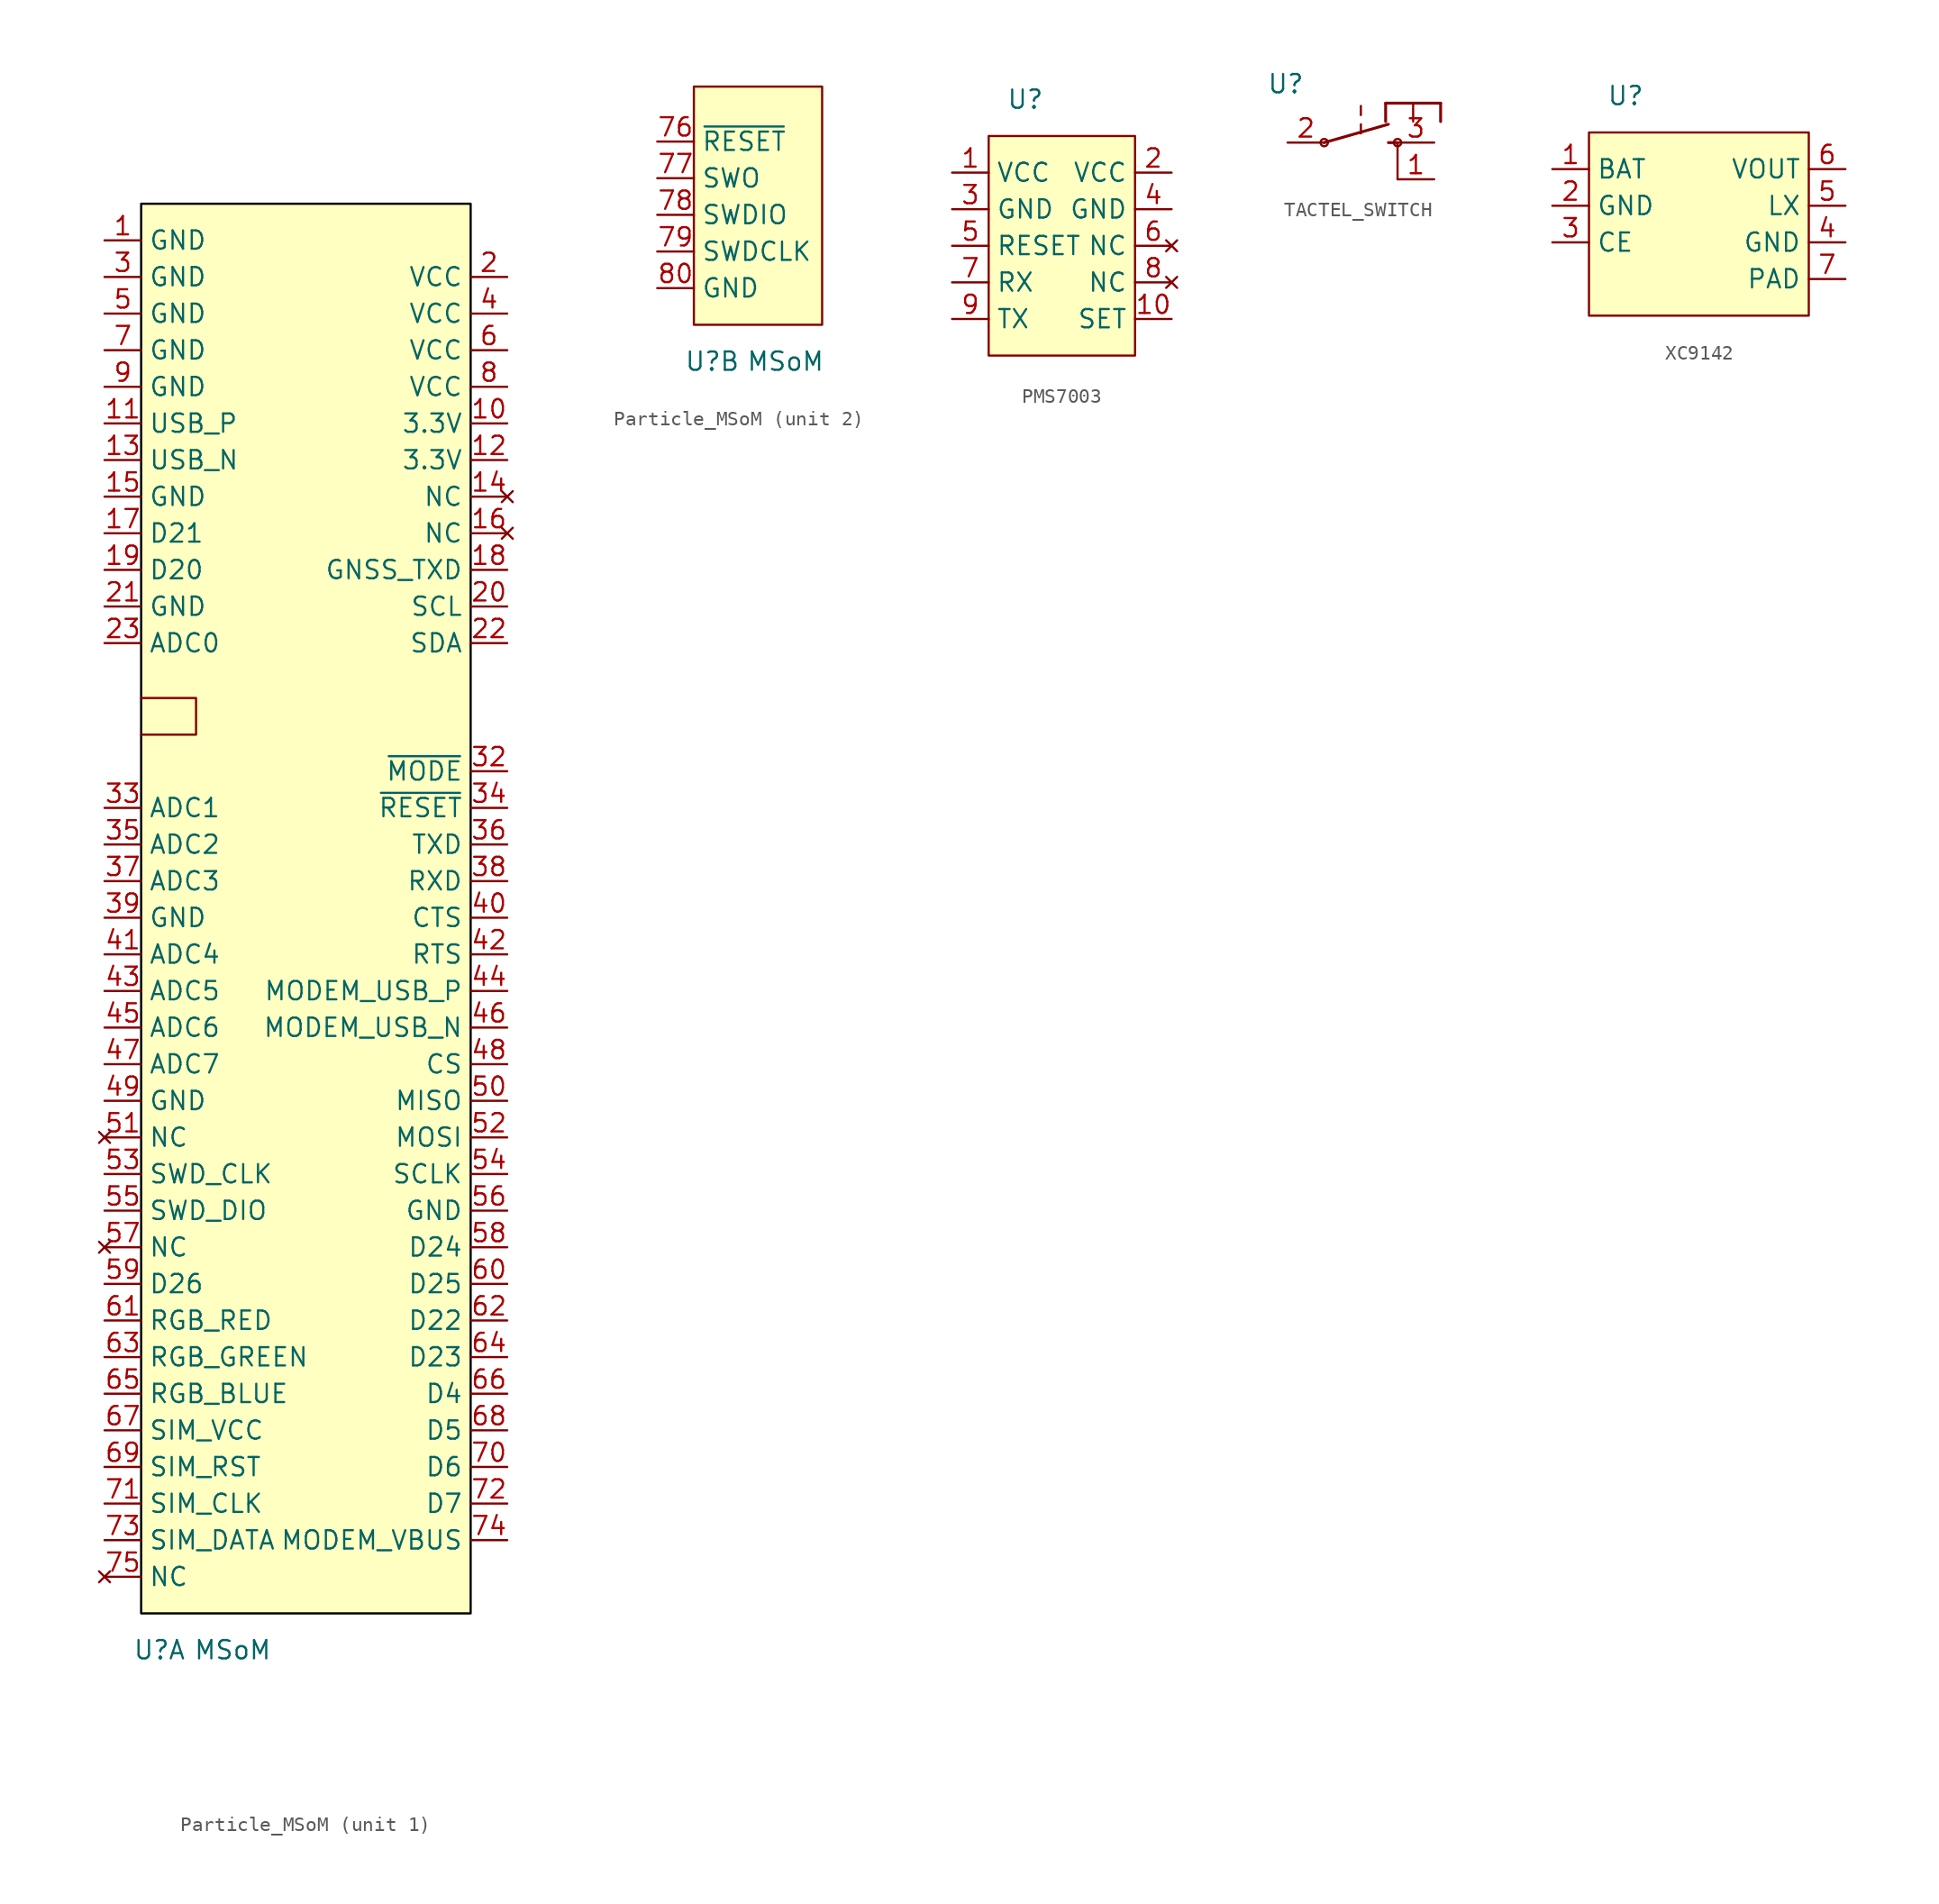
<source format=kicad_sym>
(kicad_symbol_lib
  (version 20220914)
  (generator kicad_symbol_editor)
  (symbol "Particle_MSoM"
    (property "Reference" "U"
      (at 1.27 -2.54 0)
      (effects (font (size 1.27 1.27))))
    (property "Value" "MSoM"
      (at 6.35 -2.54 0)
      (effects (font (size 1.27 1.27))))
    (property "ki_locked" ""
      (at 0 0 0)
      (effects (font (size 1.27 1.27))))
    (symbol "Particle_MSoM_1_1"
      (polyline (pts (xy 1.27 63.5) (xy 0 63.5) (xy 3.81 63.5) (xy 3.81 60.96) (xy 0 60.96)) (stroke (width 0) (type default)) (fill (type none)))
      (rectangle (start 0 97.79) (end 22.86 0) (stroke (width 0) (type default) (color 0 0 0 1)) (fill (type background)))
      (pin power_in line (at -2.54 95.25 0) (length 2.54) (name "GND" (effects (font (size 1.27 1.27)))) (number "1" (effects (font (size 1.27 1.27)))))
      (pin power_in line (at 25.4 82.55 180) (length 2.54) (name "3.3V" (effects (font (size 1.27 1.27)))) (number "10" (effects (font (size 1.27 1.27)))))
      (pin bidirectional line (at -2.54 82.55 0) (length 2.54) (name "USB_P" (effects (font (size 1.27 1.27)))) (number "11" (effects (font (size 1.27 1.27)))))
      (pin power_in line (at 25.4 80.01 180) (length 2.54) (name "3.3V" (effects (font (size 1.27 1.27)))) (number "12" (effects (font (size 1.27 1.27)))))
      (pin bidirectional line (at -2.54 80.01 0) (length 2.54) (name "USB_N" (effects (font (size 1.27 1.27)))) (number "13" (effects (font (size 1.27 1.27)))))
      (pin no_connect line (at 25.4 77.47 180) (length 2.54) (name "NC" (effects (font (size 1.27 1.27)))) (number "14" (effects (font (size 1.27 1.27)))))
      (pin power_in line (at -2.54 77.47 0) (length 2.54) (name "GND" (effects (font (size 1.27 1.27)))) (number "15" (effects (font (size 1.27 1.27)))))
      (pin no_connect line (at 25.4 74.93 180) (length 2.54) (name "NC" (effects (font (size 1.27 1.27)))) (number "16" (effects (font (size 1.27 1.27)))))
      (pin bidirectional line (at -2.54 74.93 0) (length 2.54) (name "D21" (effects (font (size 1.27 1.27)))) (number "17" (effects (font (size 1.27 1.27)))))
      (pin output line (at 25.4 72.39 180) (length 2.54) (name "GNSS_TXD" (effects (font (size 1.27 1.27)))) (number "18" (effects (font (size 1.27 1.27)))))
      (pin bidirectional line (at -2.54 72.39 0) (length 2.54) (name "D20" (effects (font (size 1.27 1.27)))) (number "19" (effects (font (size 1.27 1.27)))))
      (pin power_in line (at 25.4 92.71 180) (length 2.54) (name "VCC" (effects (font (size 1.27 1.27)))) (number "2" (effects (font (size 1.27 1.27)))))
      (pin bidirectional line (at 25.4 69.85 180) (length 2.54) (name "SCL" (effects (font (size 1.27 1.27)))) (number "20" (effects (font (size 1.27 1.27)))))
      (pin power_in line (at -2.54 69.85 0) (length 2.54) (name "GND" (effects (font (size 1.27 1.27)))) (number "21" (effects (font (size 1.27 1.27)))))
      (pin bidirectional line (at 25.4 67.31 180) (length 2.54) (name "SDA" (effects (font (size 1.27 1.27)))) (number "22" (effects (font (size 1.27 1.27)))))
      (pin bidirectional line (at -2.54 67.31 0) (length 2.54) (name "ADC0" (effects (font (size 1.27 1.27)))) (number "23" (effects (font (size 1.27 1.27)))))
      (pin power_in line (at -2.54 92.71 0) (length 2.54) (name "GND" (effects (font (size 1.27 1.27)))) (number "3" (effects (font (size 1.27 1.27)))))
      (pin input line (at 25.4 58.42 180) (length 2.54) (name "~{MODE}" (effects (font (size 1.27 1.27)))) (number "32" (effects (font (size 1.27 1.27)))))
      (pin bidirectional line (at -2.54 55.88 0) (length 2.54) (name "ADC1" (effects (font (size 1.27 1.27)))) (number "33" (effects (font (size 1.27 1.27)))))
      (pin input line (at 25.4 55.88 180) (length 2.54) (name "~{RESET}" (effects (font (size 1.27 1.27)))) (number "34" (effects (font (size 1.27 1.27)))))
      (pin bidirectional line (at -2.54 53.34 0) (length 2.54) (name "ADC2" (effects (font (size 1.27 1.27)))) (number "35" (effects (font (size 1.27 1.27)))))
      (pin bidirectional line (at 25.4 53.34 180) (length 2.54) (name "TXD" (effects (font (size 1.27 1.27)))) (number "36" (effects (font (size 1.27 1.27)))))
      (pin bidirectional line (at -2.54 50.8 0) (length 2.54) (name "ADC3" (effects (font (size 1.27 1.27)))) (number "37" (effects (font (size 1.27 1.27)))))
      (pin bidirectional line (at 25.4 50.8 180) (length 2.54) (name "RXD" (effects (font (size 1.27 1.27)))) (number "38" (effects (font (size 1.27 1.27)))))
      (pin power_in line (at -2.54 48.26 0) (length 2.54) (name "GND" (effects (font (size 1.27 1.27)))) (number "39" (effects (font (size 1.27 1.27)))))
      (pin power_in line (at 25.4 90.17 180) (length 2.54) (name "VCC" (effects (font (size 1.27 1.27)))) (number "4" (effects (font (size 1.27 1.27)))))
      (pin bidirectional line (at 25.4 48.26 180) (length 2.54) (name "CTS" (effects (font (size 1.27 1.27)))) (number "40" (effects (font (size 1.27 1.27)))))
      (pin bidirectional line (at -2.54 45.72 0) (length 2.54) (name "ADC4" (effects (font (size 1.27 1.27)))) (number "41" (effects (font (size 1.27 1.27)))))
      (pin bidirectional line (at 25.4 45.72 180) (length 2.54) (name "RTS" (effects (font (size 1.27 1.27)))) (number "42" (effects (font (size 1.27 1.27)))))
      (pin bidirectional line (at -2.54 43.18 0) (length 2.54) (name "ADC5" (effects (font (size 1.27 1.27)))) (number "43" (effects (font (size 1.27 1.27)))))
      (pin bidirectional line (at 25.4 43.18 180) (length 2.54) (name "MODEM_USB_P" (effects (font (size 1.27 1.27)))) (number "44" (effects (font (size 1.27 1.27)))))
      (pin bidirectional line (at -2.54 40.64 0) (length 2.54) (name "ADC6" (effects (font (size 1.27 1.27)))) (number "45" (effects (font (size 1.27 1.27)))))
      (pin bidirectional line (at 25.4 40.64 180) (length 2.54) (name "MODEM_USB_N" (effects (font (size 1.27 1.27)))) (number "46" (effects (font (size 1.27 1.27)))))
      (pin bidirectional line (at -2.54 38.1 0) (length 2.54) (name "ADC7" (effects (font (size 1.27 1.27)))) (number "47" (effects (font (size 1.27 1.27)))))
      (pin bidirectional line (at 25.4 38.1 180) (length 2.54) (name "CS" (effects (font (size 1.27 1.27)))) (number "48" (effects (font (size 1.27 1.27)))))
      (pin power_in line (at -2.54 35.56 0) (length 2.54) (name "GND" (effects (font (size 1.27 1.27)))) (number "49" (effects (font (size 1.27 1.27)))))
      (pin power_in line (at -2.54 90.17 0) (length 2.54) (name "GND" (effects (font (size 1.27 1.27)))) (number "5" (effects (font (size 1.27 1.27)))))
      (pin bidirectional line (at 25.4 35.56 180) (length 2.54) (name "MISO" (effects (font (size 1.27 1.27)))) (number "50" (effects (font (size 1.27 1.27)))))
      (pin no_connect line (at -2.54 33.02 0) (length 2.54) (name "NC" (effects (font (size 1.27 1.27)))) (number "51" (effects (font (size 1.27 1.27)))))
      (pin bidirectional line (at 25.4 33.02 180) (length 2.54) (name "MOSI" (effects (font (size 1.27 1.27)))) (number "52" (effects (font (size 1.27 1.27)))))
      (pin bidirectional line (at -2.54 30.48 0) (length 2.54) (name "SWD_CLK" (effects (font (size 1.27 1.27)))) (number "53" (effects (font (size 1.27 1.27)))))
      (pin bidirectional line (at 25.4 30.48 180) (length 2.54) (name "SCLK" (effects (font (size 1.27 1.27)))) (number "54" (effects (font (size 1.27 1.27)))))
      (pin bidirectional line (at -2.54 27.94 0) (length 2.54) (name "SWD_DIO" (effects (font (size 1.27 1.27)))) (number "55" (effects (font (size 1.27 1.27)))))
      (pin bidirectional line (at 25.4 27.94 180) (length 2.54) (name "GND" (effects (font (size 1.27 1.27)))) (number "56" (effects (font (size 1.27 1.27)))))
      (pin no_connect line (at -2.54 25.4 0) (length 2.54) (name "NC" (effects (font (size 1.27 1.27)))) (number "57" (effects (font (size 1.27 1.27)))))
      (pin bidirectional line (at 25.4 25.4 180) (length 2.54) (name "D24" (effects (font (size 1.27 1.27)))) (number "58" (effects (font (size 1.27 1.27)))))
      (pin bidirectional line (at -2.54 22.86 0) (length 2.54) (name "D26" (effects (font (size 1.27 1.27)))) (number "59" (effects (font (size 1.27 1.27)))))
      (pin power_in line (at 25.4 87.63 180) (length 2.54) (name "VCC" (effects (font (size 1.27 1.27)))) (number "6" (effects (font (size 1.27 1.27)))))
      (pin bidirectional line (at 25.4 22.86 180) (length 2.54) (name "D25" (effects (font (size 1.27 1.27)))) (number "60" (effects (font (size 1.27 1.27)))))
      (pin output line (at -2.54 20.32 0) (length 2.54) (name "RGB_RED" (effects (font (size 1.27 1.27)))) (number "61" (effects (font (size 1.27 1.27)))))
      (pin bidirectional line (at 25.4 20.32 180) (length 2.54) (name "D22" (effects (font (size 1.27 1.27)))) (number "62" (effects (font (size 1.27 1.27)))))
      (pin output line (at -2.54 17.78 0) (length 2.54) (name "RGB_GREEN" (effects (font (size 1.27 1.27)))) (number "63" (effects (font (size 1.27 1.27)))))
      (pin bidirectional line (at 25.4 17.78 180) (length 2.54) (name "D23" (effects (font (size 1.27 1.27)))) (number "64" (effects (font (size 1.27 1.27)))))
      (pin output line (at -2.54 15.24 0) (length 2.54) (name "RGB_BLUE" (effects (font (size 1.27 1.27)))) (number "65" (effects (font (size 1.27 1.27)))))
      (pin bidirectional line (at 25.4 15.24 180) (length 2.54) (name "D4" (effects (font (size 1.27 1.27)))) (number "66" (effects (font (size 1.27 1.27)))))
      (pin power_out line (at -2.54 12.7 0) (length 2.54) (name "SIM_VCC" (effects (font (size 1.27 1.27)))) (number "67" (effects (font (size 1.27 1.27)))))
      (pin bidirectional line (at 25.4 12.7 180) (length 2.54) (name "D5" (effects (font (size 1.27 1.27)))) (number "68" (effects (font (size 1.27 1.27)))))
      (pin output line (at -2.54 10.16 0) (length 2.54) (name "SIM_RST" (effects (font (size 1.27 1.27)))) (number "69" (effects (font (size 1.27 1.27)))))
      (pin power_in line (at -2.54 87.63 0) (length 2.54) (name "GND" (effects (font (size 1.27 1.27)))) (number "7" (effects (font (size 1.27 1.27)))))
      (pin bidirectional line (at 25.4 10.16 180) (length 2.54) (name "D6" (effects (font (size 1.27 1.27)))) (number "70" (effects (font (size 1.27 1.27)))))
      (pin output line (at -2.54 7.62 0) (length 2.54) (name "SIM_CLK" (effects (font (size 1.27 1.27)))) (number "71" (effects (font (size 1.27 1.27)))))
      (pin bidirectional line (at 25.4 7.62 180) (length 2.54) (name "D7" (effects (font (size 1.27 1.27)))) (number "72" (effects (font (size 1.27 1.27)))))
      (pin bidirectional line (at -2.54 5.08 0) (length 2.54) (name "SIM_DATA" (effects (font (size 1.27 1.27)))) (number "73" (effects (font (size 1.27 1.27)))))
      (pin power_in line (at 25.4 5.08 180) (length 2.54) (name "MODEM_VBUS" (effects (font (size 1.27 1.27)))) (number "74" (effects (font (size 1.27 1.27)))))
      (pin no_connect line (at -2.54 2.54 0) (length 2.54) (name "NC" (effects (font (size 1.27 1.27)))) (number "75" (effects (font (size 1.27 1.27)))))
      (pin power_in line (at 25.4 85.09 180) (length 2.54) (name "VCC" (effects (font (size 1.27 1.27)))) (number "8" (effects (font (size 1.27 1.27)))))
      (pin power_in line (at -2.54 85.09 0) (length 2.54) (name "GND" (effects (font (size 1.27 1.27)))) (number "9" (effects (font (size 1.27 1.27))))))
    (symbol "Particle_MSoM_2_1"
      (rectangle (start 0 16.51) (end 8.89 0) (stroke (width 0) (type default)) (fill (type background)))
      (pin input line (at -2.54 12.7 0) (length 2.54) (name "~{RESET}" (effects (font (size 1.27 1.27)))) (number "76" (effects (font (size 1.27 1.27)))))
      (pin output line (at -2.54 10.16 0) (length 2.54) (name "SWO" (effects (font (size 1.27 1.27)))) (number "77" (effects (font (size 1.27 1.27)))))
      (pin bidirectional line (at -2.54 7.62 0) (length 2.54) (name "SWDIO" (effects (font (size 1.27 1.27)))) (number "78" (effects (font (size 1.27 1.27)))))
      (pin input line (at -2.54 5.08 0) (length 2.54) (name "SWDCLK" (effects (font (size 1.27 1.27)))) (number "79" (effects (font (size 1.27 1.27)))))
      (pin input line (at -2.54 2.54 0) (length 2.54) (name "GND" (effects (font (size 1.27 1.27)))) (number "80" (effects (font (size 1.27 1.27)))))))
  (symbol "PMS7003"
    (property "Reference" "U"
      (at 0 17.78 0)
      (effects (font (size 1.27 1.27))))
    (property "Value" ""
      (at -2.794 2.54 0)
      (effects (font (size 1.27 1.27))))
    (symbol "PMS7003_1_1"
      (rectangle (start -2.54 15.24) (end 7.62 0) (stroke (width 0) (type default)) (fill (type background)))
      (pin power_in line (at -5.08 12.7 0) (length 2.54) (name "VCC" (effects (font (size 1.27 1.27)))) (number "1" (effects (font (size 1.27 1.27)))))
      (pin input line (at 10.16 2.54 180) (length 2.54) (name "SET" (effects (font (size 1.27 1.27)))) (number "10" (effects (font (size 1.27 1.27)))))
      (pin power_in line (at 10.16 12.7 180) (length 2.54) (name "VCC" (effects (font (size 1.27 1.27)))) (number "2" (effects (font (size 1.27 1.27)))))
      (pin power_in line (at -5.08 10.16 0) (length 2.54) (name "GND" (effects (font (size 1.27 1.27)))) (number "3" (effects (font (size 1.27 1.27)))))
      (pin power_in line (at 10.16 10.16 180) (length 2.54) (name "GND" (effects (font (size 1.27 1.27)))) (number "4" (effects (font (size 1.27 1.27)))))
      (pin passive line (at -5.08 7.62 0) (length 2.54) (name "RESET" (effects (font (size 1.27 1.27)))) (number "5" (effects (font (size 1.27 1.27)))))
      (pin no_connect line (at 10.16 7.62 180) (length 2.54) (name "NC" (effects (font (size 1.27 1.27)))) (number "6" (effects (font (size 1.27 1.27)))))
      (pin input line (at -5.08 5.08 0) (length 2.54) (name "RX" (effects (font (size 1.27 1.27)))) (number "7" (effects (font (size 1.27 1.27)))))
      (pin no_connect line (at 10.16 5.08 180) (length 2.54) (name "NC" (effects (font (size 1.27 1.27)))) (number "8" (effects (font (size 1.27 1.27)))))
      (pin output line (at -5.08 2.54 0) (length 2.54) (name "TX" (effects (font (size 1.27 1.27)))) (number "9" (effects (font (size 1.27 1.27)))))))
  (symbol "TACTEL_SWITCH"
    (property "Reference" "U"
      (at -0.127 4.064 0)
      (effects (font (size 1.27 1.27))))
    (property "Value" ""
      (at -0.127 4.064 0)
      (effects (font (size 1.27 1.27))))
    (symbol "TACTEL_SWITCH_1_0"
      (polyline (pts (xy 2.54 0) (xy 6.985 1.27)) (stroke (width 0.2) (type solid)) (fill (type none)))
      (polyline (pts (xy 5.08 0.635) (xy 5.08 1.27)) (stroke (width 0.15) (type solid)) (fill (type none)))
      (polyline (pts (xy 5.08 1.905) (xy 5.08 2.54)) (stroke (width 0.15) (type solid)) (fill (type none)))
      (polyline (pts (xy 6.795 1.46) (xy 6.795 2.731)) (stroke (width 0.2) (type solid)) (fill (type none)))
      (polyline (pts (xy 6.795 2.731) (xy 10.604 2.731)) (stroke (width 0.2) (type solid)) (fill (type none)))
      (polyline (pts (xy 7.62 -2.54) (xy 7.62 0)) (stroke (width 0.15) (type solid)) (fill (type none)))
      (polyline (pts (xy 7.62 0) (xy 6.985 0)) (stroke (width 0.2) (type solid)) (fill (type none)))
      (polyline (pts (xy 8.7 1.46) (xy 8.7 2.731)) (stroke (width 0.15) (type solid)) (fill (type none)))
      (polyline (pts (xy 10.604 2.731) (xy 10.604 1.46)) (stroke (width 0.2) (type solid)) (fill (type none)))
      (circle (center 2.54 0) (radius 0.254) (stroke (width 0) (type solid)) (fill (type none)))
      (circle (center 7.62 0) (radius 0.254) (stroke (width 0) (type solid)) (fill (type none)))
      (pin bidirectional line (at 10.16 -2.54 180) (length 2.54) (name "1" (effects (font (size 0 0)))) (number "1" (effects (font (size 1.27 1.27)))))
      (pin bidirectional line (at 0 0 0) (length 2.54) (name "2" (effects (font (size 0 0)))) (number "2" (effects (font (size 1.27 1.27)))))
      (pin bidirectional line (at 10.16 0 180) (length 2.54) (name "3" (effects (font (size 0 0)))) (number "3" (effects (font (size 1.27 1.27)))))))
  (symbol "XC9142"
    (property "Reference" "U"
      (at 2.54 15.24 0)
      (effects (font (size 1.27 1.27))))
    (property "Value" ""
      (at 2.54 7.62 0)
      (effects (font (size 1.27 1.27))))
    (symbol "XC9142_1_1"
      (rectangle (start 0 12.7) (end 15.24 0) (stroke (width 0) (type default)) (fill (type background)))
      (pin power_in line (at -2.54 10.16 0) (length 2.54) (name "BAT" (effects (font (size 1.27 1.27)))) (number "1" (effects (font (size 1.27 1.27)))))
      (pin power_in line (at -2.54 7.62 0) (length 2.54) (name "GND" (effects (font (size 1.27 1.27)))) (number "2" (effects (font (size 1.27 1.27)))))
      (pin input line (at -2.54 5.08 0) (length 2.54) (name "CE" (effects (font (size 1.27 1.27)))) (number "3" (effects (font (size 1.27 1.27)))))
      (pin power_in line (at 17.78 5.08 180) (length 2.54) (name "GND" (effects (font (size 1.27 1.27)))) (number "4" (effects (font (size 1.27 1.27)))))
      (pin power_in line (at 17.78 7.62 180) (length 2.54) (name "LX" (effects (font (size 1.27 1.27)))) (number "5" (effects (font (size 1.27 1.27)))))
      (pin power_in line (at 17.78 10.16 180) (length 2.54) (name "VOUT" (effects (font (size 1.27 1.27)))) (number "6" (effects (font (size 1.27 1.27)))))
      (pin power_in line (at 17.78 2.54 180) (length 2.54) (name "PAD" (effects (font (size 1.27 1.27)))) (number "7" (effects (font (size 1.27 1.27))))))))
</source>
